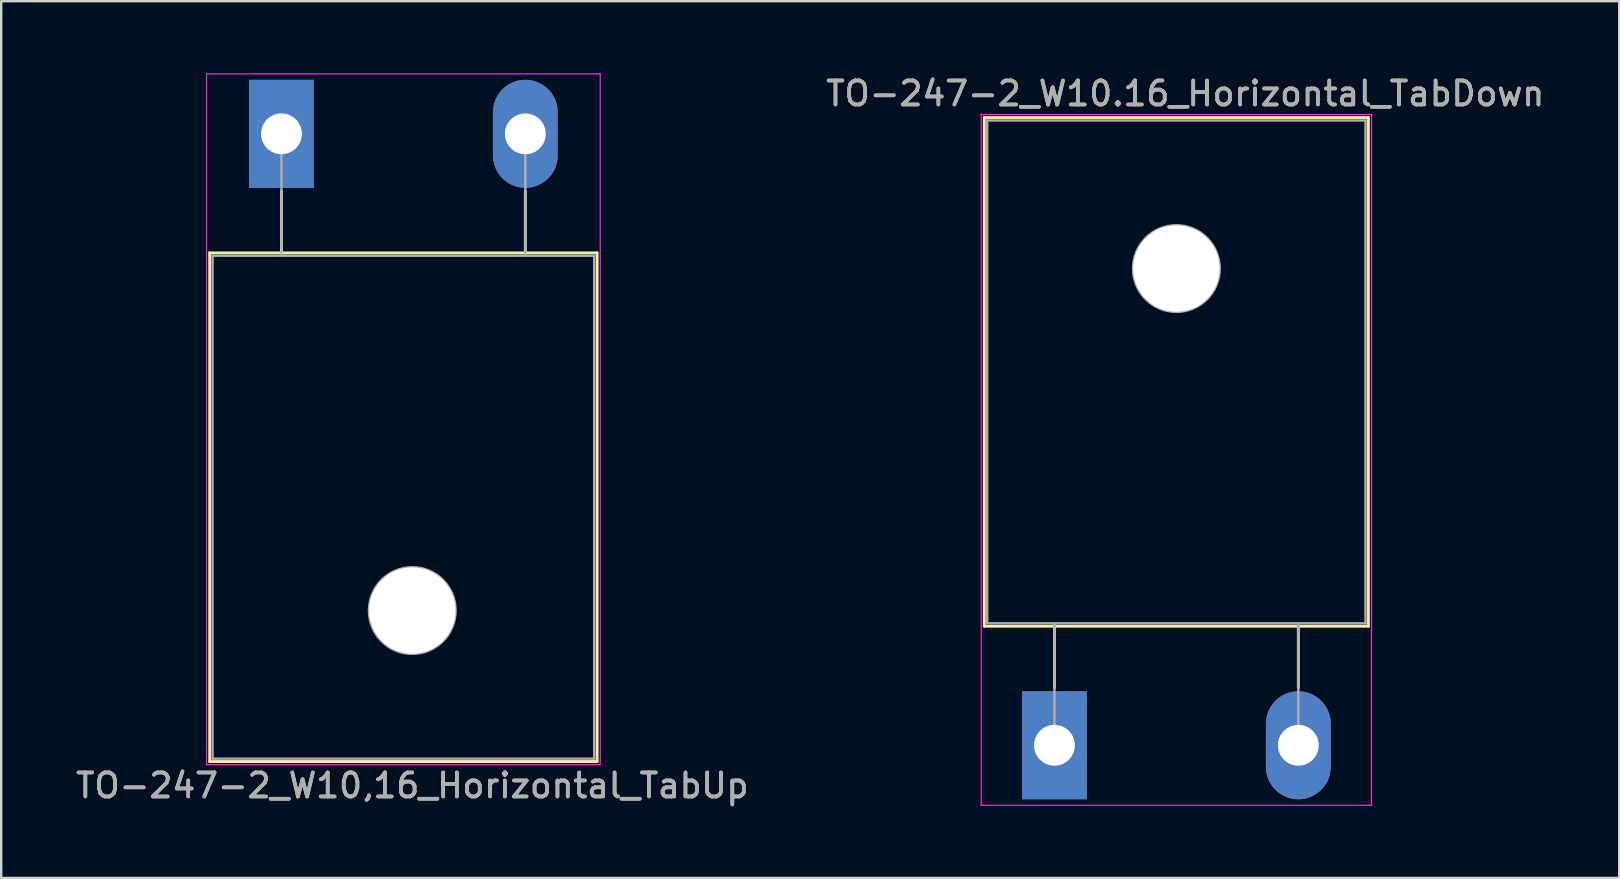
<source format=kicad_pcb>
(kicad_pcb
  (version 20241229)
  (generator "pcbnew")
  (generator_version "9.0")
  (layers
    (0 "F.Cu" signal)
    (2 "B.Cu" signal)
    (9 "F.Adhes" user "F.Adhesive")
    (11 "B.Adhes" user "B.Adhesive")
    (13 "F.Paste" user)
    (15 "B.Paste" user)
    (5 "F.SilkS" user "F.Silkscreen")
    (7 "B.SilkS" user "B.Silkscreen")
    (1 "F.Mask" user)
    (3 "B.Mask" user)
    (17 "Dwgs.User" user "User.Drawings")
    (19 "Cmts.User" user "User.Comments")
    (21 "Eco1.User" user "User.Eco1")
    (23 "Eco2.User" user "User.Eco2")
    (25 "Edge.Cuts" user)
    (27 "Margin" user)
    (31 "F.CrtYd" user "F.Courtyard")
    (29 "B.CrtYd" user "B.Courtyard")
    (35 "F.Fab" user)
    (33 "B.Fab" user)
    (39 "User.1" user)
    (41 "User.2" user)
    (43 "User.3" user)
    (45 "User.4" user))
  (footprint "TO-247-2_W10,16_Horizontal_TabUp"
    (layer "F.Cu")
    (at 8.675 2.525)
    (property "Reference" "TO-247-2_W10,16_Horizontal_TabUp" (at 5.45 27.15 0) (layer "F.SilkS") (effects (font (size 1 1) (thickness 0.15))))
    (attr through_hole)
    (fp_line (start -2.99 4.96) (end -2.99 26.15) (stroke (width 0.12) (type solid)) (layer "F.SilkS"))
    (fp_line (start -2.99 4.96) (end 13.15 4.96) (stroke (width 0.12) (type solid)) (layer "F.SilkS"))
    (fp_line (start -2.99 26.15) (end 13.15 26.15) (stroke (width 0.12) (type solid)) (layer "F.SilkS"))
    (fp_line (start 0 2.4) (end 0 4.96) (stroke (width 0.12) (type solid)) (layer "F.SilkS"))
    (fp_line (start 10.16 2.4) (end 10.16 4.96) (stroke (width 0.12) (type solid)) (layer "F.SilkS"))
    (fp_line (start 13.15 4.96) (end 13.15 26.15) (stroke (width 0.12) (type solid)) (layer "F.SilkS"))
    (fp_line (start -3.12 -2.5) (end -3.12 26.28) (stroke (width 0.05) (type solid)) (layer "F.CrtYd"))
    (fp_line (start -3.12 26.28) (end 13.28 26.28) (stroke (width 0.05) (type solid)) (layer "F.CrtYd"))
    (fp_line (start 13.28 -2.5) (end -3.12 -2.5) (stroke (width 0.05) (type solid)) (layer "F.CrtYd"))
    (fp_line (start 13.28 26.28) (end 13.28 -2.5) (stroke (width 0.05) (type solid)) (layer "F.CrtYd"))
    (fp_line (start -2.87 5.08) (end -2.87 26.03) (stroke (width 0.1) (type solid)) (layer "F.Fab"))
    (fp_line (start -2.87 26.03) (end 13.03 26.03) (stroke (width 0.1) (type solid)) (layer "F.Fab"))
    (fp_line (start 0 5.08) (end 0 0) (stroke (width 0.1) (type solid)) (layer "F.Fab"))
    (fp_line (start 10.16 5.08) (end 10.16 0) (stroke (width 0.1) (type solid)) (layer "F.Fab"))
    (fp_line (start 13.03 5.08) (end -2.87 5.08) (stroke (width 0.1) (type solid)) (layer "F.Fab"))
    (fp_line (start 13.03 26.03) (end 13.03 5.08) (stroke (width 0.1) (type solid)) (layer "F.Fab"))
    (fp_circle (center 5.45 19.86) (end 7.255 19.86) (stroke (width 0.1) (type solid)) (fill no) (layer "F.Fab"))
    (fp_text user "${REFERENCE}" (at 5.45 27.15 0) (layer "F.Fab") (effects (font (size 1 1) (thickness 0.15))))
    (pad "" np_thru_hole oval (at 5.45 19.86) (size 3.6 3.6) (drill 3.6) (layers "*.Cu" "*.Mask"))
    (pad "1" thru_hole rect (at 0 0) (size 2.7 4.5) (drill 1.7) (layers "*.Cu" "*.Mask"))
    (pad "2" thru_hole oval (at 10.16 0) (size 2.7 4.5) (drill 1.7) (layers "*.Cu" "*.Mask")))
  (footprint "TO-247-2_W10.16_Horizontal_TabDown"
    (layer "F.Cu")
    (at 40.877 27.998)
    (property "Reference" "TO-247-2_W10.16_Horizontal_TabDown" (at 5.45 -27.15 0) (layer "F.SilkS") (effects (font (size 1 1) (thickness 0.15))))
    (attr through_hole)
    (fp_line (start -2.92 -26.15) (end -2.92 -4.96) (stroke (width 0.12) (type solid)) (layer "F.SilkS"))
    (fp_line (start -2.92 -26.15) (end 13.08 -26.15) (stroke (width 0.12) (type solid)) (layer "F.SilkS"))
    (fp_line (start -2.92 -4.96) (end 13.08 -4.96) (stroke (width 0.12) (type solid)) (layer "F.SilkS"))
    (fp_line (start 0 -4.96) (end 0 -2.4) (stroke (width 0.12) (type solid)) (layer "F.SilkS"))
    (fp_line (start 10.16 -4.96) (end 10.16 -2.4) (stroke (width 0.12) (type solid)) (layer "F.SilkS"))
    (fp_line (start 13.08 -26.15) (end 13.08 -4.96) (stroke (width 0.12) (type solid)) (layer "F.SilkS"))
    (fp_line (start -3.05 -26.28) (end -3.05 2.5) (stroke (width 0.05) (type solid)) (layer "F.CrtYd"))
    (fp_line (start -3.05 2.5) (end 13.21 2.5) (stroke (width 0.05) (type solid)) (layer "F.CrtYd"))
    (fp_line (start 13.21 -26.28) (end -3.05 -26.28) (stroke (width 0.05) (type solid)) (layer "F.CrtYd"))
    (fp_line (start 13.21 2.5) (end 13.21 -26.28) (stroke (width 0.05) (type solid)) (layer "F.CrtYd"))
    (fp_line (start -2.8 -26.03) (end 12.96 -26.03) (stroke (width 0.1) (type solid)) (layer "F.Fab"))
    (fp_line (start -2.8 -5.08) (end -2.8 -26.03) (stroke (width 0.1) (type solid)) (layer "F.Fab"))
    (fp_line (start 0 -5.08) (end 0 0) (stroke (width 0.1) (type solid)) (layer "F.Fab"))
    (fp_line (start 10.16 -5.08) (end 10.16 0) (stroke (width 0.1) (type solid)) (layer "F.Fab"))
    (fp_line (start 12.96 -26.03) (end 12.96 -5.08) (stroke (width 0.1) (type solid)) (layer "F.Fab"))
    (fp_line (start 12.96 -5.08) (end -2.8 -5.08) (stroke (width 0.1) (type solid)) (layer "F.Fab"))
    (fp_circle (center 5.08 -19.86) (end 6.885 -19.86) (stroke (width 0.1) (type solid)) (fill no) (layer "F.Fab"))
    (fp_text user "${REFERENCE}" (at 5.45 -27.15 0) (layer "F.Fab") (effects (font (size 1 1) (thickness 0.15))))
    (pad "" np_thru_hole oval (at 5.08 -19.86) (size 3.6 3.6) (drill 3.6) (layers "*.Cu" "*.Mask"))
    (pad "1" thru_hole rect (at 0 0) (size 2.7 4.5) (drill 1.7) (layers "*.Cu" "*.Mask"))
    (pad "2" thru_hole oval (at 10.16 0) (size 2.7 4.5) (drill 1.7) (layers "*.Cu" "*.Mask")))
  (gr_rect
    (start -3 -3)
    (end 64.405 33.523)
    (stroke (width 0.1) (type default))
    (fill no)
    (layer "Edge.Cuts")))
</source>
